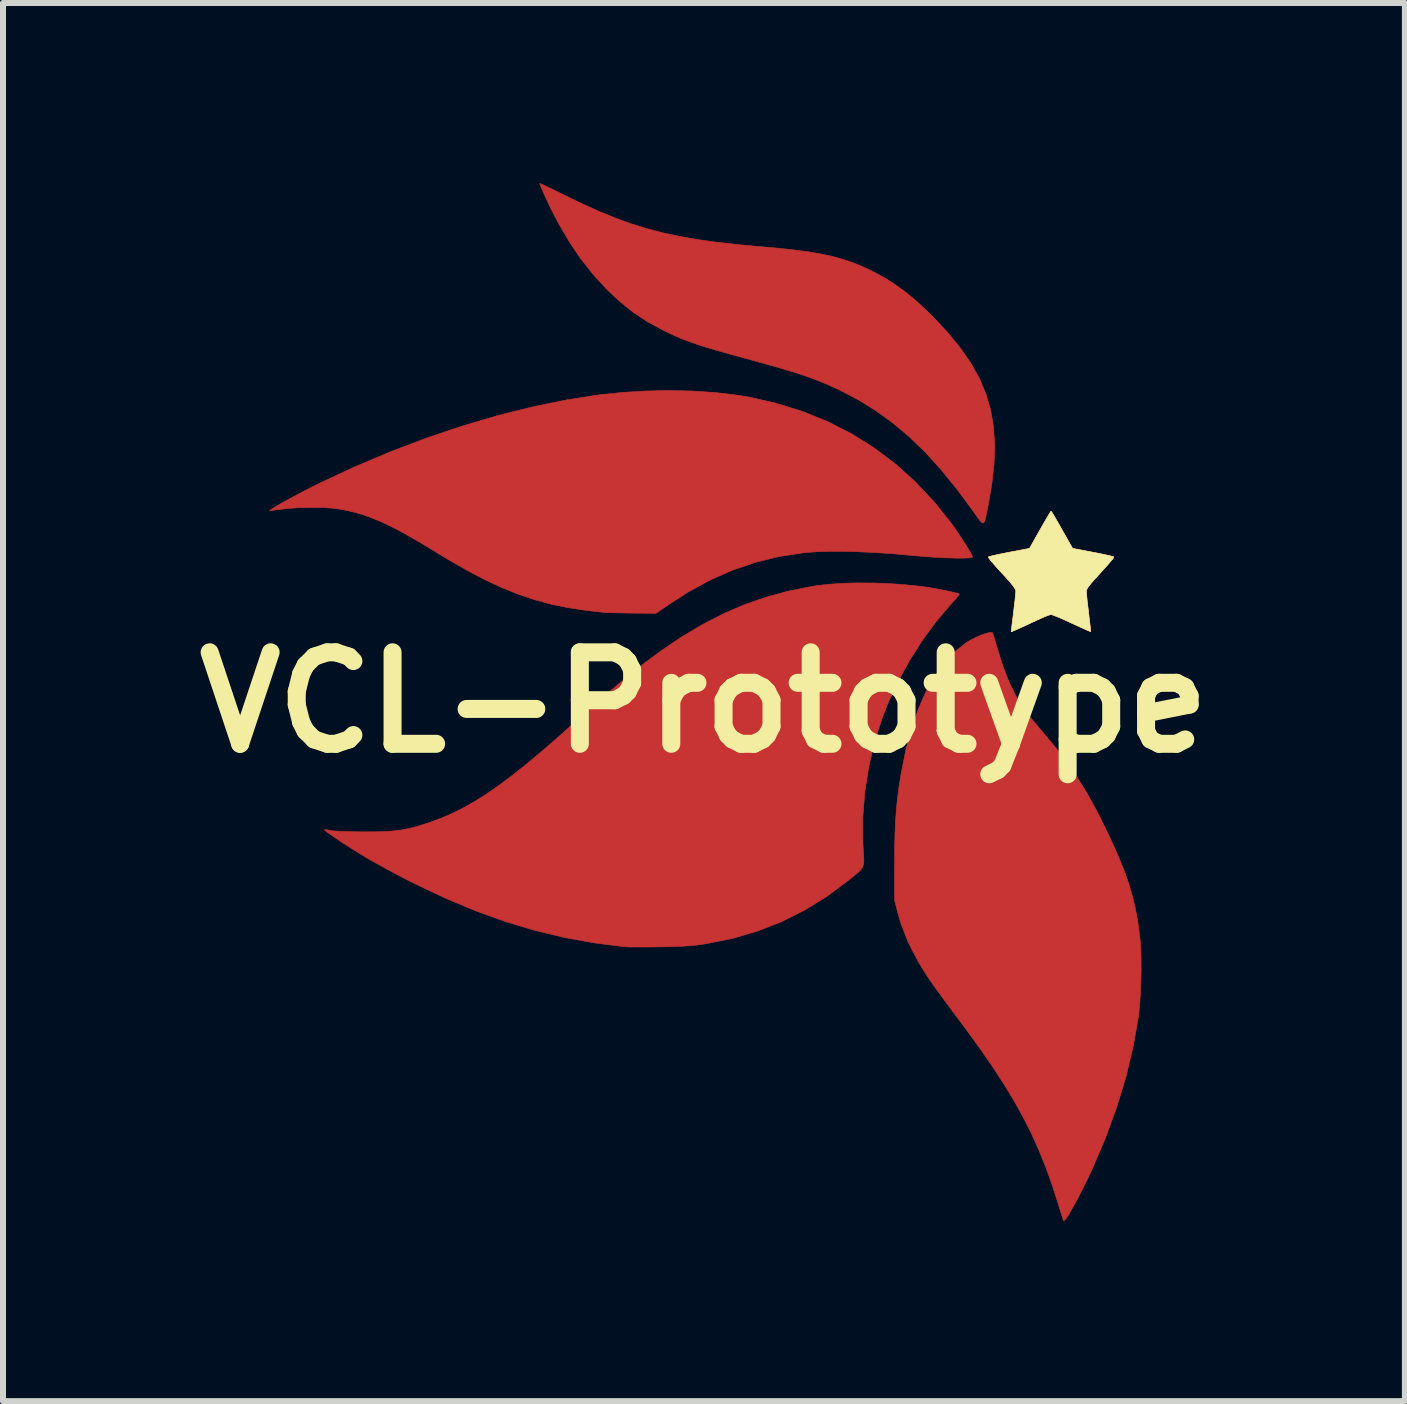
<source format=kicad_pcb>
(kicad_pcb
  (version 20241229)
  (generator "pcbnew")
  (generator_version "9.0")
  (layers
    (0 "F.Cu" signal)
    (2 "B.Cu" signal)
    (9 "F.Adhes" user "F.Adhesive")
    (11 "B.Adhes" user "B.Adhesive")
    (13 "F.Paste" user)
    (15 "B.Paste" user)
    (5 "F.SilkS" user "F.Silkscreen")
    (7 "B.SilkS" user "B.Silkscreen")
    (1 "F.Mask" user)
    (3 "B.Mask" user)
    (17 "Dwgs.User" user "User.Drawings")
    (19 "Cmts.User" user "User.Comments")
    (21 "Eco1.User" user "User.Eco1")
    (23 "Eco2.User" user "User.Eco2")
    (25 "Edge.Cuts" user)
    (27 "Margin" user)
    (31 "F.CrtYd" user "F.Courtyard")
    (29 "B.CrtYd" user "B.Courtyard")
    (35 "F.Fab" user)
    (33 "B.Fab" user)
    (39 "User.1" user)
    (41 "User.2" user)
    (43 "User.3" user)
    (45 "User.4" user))
  (footprint "VCL-Prototype"
    (layer "F.Cu")
    (at 8.68 8.654)
    (property "Reference" "VCL-Prototype" (at 0 0 0) (layer "F.SilkS") (effects (font (size 1.524 1.524) (thickness 0.3))))
    (attr through_hole)
    (fp_poly (pts (xy 5.796 -3.169) (xy 5.824 -3.124) (xy 5.864 -3.055) (xy 5.914 -2.969) (xy 5.967 -2.875) (xy 6.142 -2.566) (xy 6.48 -2.502) (xy 6.59 -2.481) (xy 6.687 -2.46) (xy 6.763 -2.443) (xy 6.812 -2.43) (xy 6.829 -2.423) (xy 6.819 -2.404) (xy 6.787 -2.362) (xy 6.735 -2.302) (xy 6.669 -2.228) (xy 6.604 -2.156) (xy 6.51 -2.054) (xy 6.442 -1.975) (xy 6.398 -1.917) (xy 6.375 -1.877) (xy 6.37 -1.856) (xy 6.372 -1.821) (xy 6.379 -1.754) (xy 6.388 -1.664) (xy 6.401 -1.56) (xy 6.408 -1.496) (xy 6.421 -1.39) (xy 6.431 -1.3) (xy 6.439 -1.231) (xy 6.442 -1.189) (xy 6.442 -1.18) (xy 6.424 -1.187) (xy 6.376 -1.207) (xy 6.305 -1.239) (xy 6.215 -1.28) (xy 6.127 -1.321) (xy 6.023 -1.368) (xy 5.931 -1.409) (xy 5.855 -1.44) (xy 5.803 -1.46) (xy 5.782 -1.465) (xy 5.753 -1.457) (xy 5.696 -1.436) (xy 5.621 -1.404) (xy 5.537 -1.366) (xy 5.406 -1.305) (xy 5.296 -1.254) (xy 5.21 -1.215) (xy 5.15 -1.189) (xy 5.122 -1.178) (xy 5.119 -1.178) (xy 5.122 -1.198) (xy 5.128 -1.25) (xy 5.137 -1.327) (xy 5.149 -1.424) (xy 5.158 -1.495) (xy 5.171 -1.605) (xy 5.183 -1.704) (xy 5.191 -1.785) (xy 5.196 -1.84) (xy 5.197 -1.856) (xy 5.188 -1.885) (xy 5.16 -1.93) (xy 5.111 -1.992) (xy 5.037 -2.076) (xy 4.963 -2.156) (xy 4.888 -2.238) (xy 4.824 -2.311) (xy 4.775 -2.369) (xy 4.745 -2.408) (xy 4.738 -2.423) (xy 4.76 -2.431) (xy 4.813 -2.445) (xy 4.892 -2.463) (xy 4.991 -2.483) (xy 5.086 -2.502) (xy 5.425 -2.566) (xy 5.599 -2.875) (xy 5.655 -2.974) (xy 5.705 -3.059) (xy 5.745 -3.127) (xy 5.772 -3.17) (xy 5.783 -3.185) (xy 5.796 -3.169)) (stroke (width 0.01) (type solid)) (fill yes) (layer "F.Cu"))
    (fp_poly (pts (xy -2.719 -8.642) (xy -2.672 -8.62) (xy -2.599 -8.585) (xy -2.505 -8.54) (xy -2.395 -8.486) (xy -2.291 -8.434) (xy -2.004 -8.297) (xy -1.733 -8.175) (xy -1.471 -8.069) (xy -1.215 -7.976) (xy -0.958 -7.896) (xy -0.696 -7.827) (xy -0.422 -7.768) (xy -0.132 -7.716) (xy 0.18 -7.672) (xy 0.519 -7.633) (xy 0.89 -7.598) (xy 0.977 -7.591) (xy 1.271 -7.565) (xy 1.53 -7.536) (xy 1.76 -7.505) (xy 1.965 -7.469) (xy 2.151 -7.428) (xy 2.322 -7.381) (xy 2.483 -7.327) (xy 2.638 -7.263) (xy 2.793 -7.191) (xy 2.804 -7.185) (xy 3.005 -7.077) (xy 3.192 -6.959) (xy 3.374 -6.825) (xy 3.558 -6.67) (xy 3.752 -6.488) (xy 3.801 -6.439) (xy 4.051 -6.175) (xy 4.264 -5.916) (xy 4.443 -5.66) (xy 4.587 -5.402) (xy 4.698 -5.14) (xy 4.777 -4.869) (xy 4.825 -4.586) (xy 4.844 -4.288) (xy 4.833 -3.971) (xy 4.795 -3.631) (xy 4.738 -3.302) (xy 4.712 -3.17) (xy 4.693 -3.075) (xy 4.675 -3.015) (xy 4.656 -2.989) (xy 4.631 -2.995) (xy 4.595 -3.033) (xy 4.546 -3.101) (xy 4.478 -3.198) (xy 4.465 -3.216) (xy 4.202 -3.57) (xy 3.943 -3.888) (xy 3.683 -4.173) (xy 3.42 -4.427) (xy 3.15 -4.654) (xy 2.872 -4.856) (xy 2.581 -5.037) (xy 2.276 -5.197) (xy 2.151 -5.256) (xy 2.028 -5.31) (xy 1.903 -5.361) (xy 1.771 -5.411) (xy 1.628 -5.461) (xy 1.468 -5.512) (xy 1.287 -5.566) (xy 1.081 -5.625) (xy 0.844 -5.691) (xy 0.684 -5.735) (xy 0.449 -5.799) (xy 0.246 -5.856) (xy 0.072 -5.907) (xy -0.08 -5.955) (xy -0.214 -6.001) (xy -0.335 -6.046) (xy -0.449 -6.093) (xy -0.56 -6.143) (xy -0.674 -6.198) (xy -0.689 -6.206) (xy -0.946 -6.346) (xy -1.179 -6.501) (xy -1.4 -6.677) (xy -1.618 -6.883) (xy -1.625 -6.89) (xy -1.849 -7.135) (xy -2.055 -7.395) (xy -2.246 -7.679) (xy -2.428 -7.991) (xy -2.531 -8.188) (xy -2.573 -8.273) (xy -2.616 -8.365) (xy -2.657 -8.455) (xy -2.692 -8.536) (xy -2.719 -8.6) (xy -2.734 -8.64) (xy -2.735 -8.649) (xy -2.719 -8.642)) (stroke (width 0.01) (type solid)) (fill yes) (layer "F.Cu"))
    (fp_poly (pts (xy -0.18 -5.188) (xy 0.19 -5.163) (xy 0.538 -5.122) (xy 0.741 -5.089) (xy 1.202 -4.985) (xy 1.643 -4.848) (xy 2.061 -4.679) (xy 2.459 -4.476) (xy 2.835 -4.241) (xy 3.191 -3.973) (xy 3.525 -3.672) (xy 3.838 -3.339) (xy 4.119 -2.987) (xy 4.181 -2.901) (xy 4.245 -2.807) (xy 4.308 -2.711) (xy 4.367 -2.619) (xy 4.416 -2.538) (xy 4.452 -2.474) (xy 4.472 -2.433) (xy 4.474 -2.423) (xy 4.456 -2.413) (xy 4.402 -2.407) (xy 4.319 -2.404) (xy 4.21 -2.404) (xy 4.079 -2.408) (xy 3.931 -2.414) (xy 3.771 -2.424) (xy 3.602 -2.437) (xy 3.43 -2.452) (xy 3.409 -2.454) (xy 3.126 -2.479) (xy 2.846 -2.497) (xy 2.574 -2.51) (xy 2.317 -2.517) (xy 2.08 -2.517) (xy 1.869 -2.51) (xy 1.689 -2.497) (xy 1.654 -2.493) (xy 1.247 -2.43) (xy 0.856 -2.334) (xy 0.477 -2.205) (xy 0.107 -2.042) (xy -0.259 -1.842) (xy -0.59 -1.629) (xy -0.799 -1.485) (xy -1.176 -1.488) (xy -1.3 -1.49) (xy -1.417 -1.492) (xy -1.518 -1.494) (xy -1.596 -1.496) (xy -1.641 -1.498) (xy -1.695 -1.503) (xy -1.777 -1.512) (xy -1.875 -1.523) (xy -1.973 -1.535) (xy -2.262 -1.578) (xy -2.54 -1.635) (xy -2.812 -1.708) (xy -3.083 -1.798) (xy -3.357 -1.908) (xy -3.64 -2.04) (xy -3.937 -2.195) (xy -4.253 -2.376) (xy -4.474 -2.51) (xy -4.726 -2.663) (xy -4.952 -2.793) (xy -5.156 -2.903) (xy -5.343 -2.994) (xy -5.518 -3.068) (xy -5.684 -3.128) (xy -5.846 -3.175) (xy -6.009 -3.211) (xy -6.042 -3.217) (xy -6.19 -3.237) (xy -6.365 -3.248) (xy -6.557 -3.25) (xy -6.755 -3.245) (xy -6.947 -3.231) (xy -7.124 -3.21) (xy -7.229 -3.192) (xy -7.237 -3.195) (xy -7.214 -3.214) (xy -7.164 -3.246) (xy -7.091 -3.289) (xy -6.999 -3.342) (xy -6.892 -3.4) (xy -6.775 -3.463) (xy -6.65 -3.528) (xy -6.522 -3.594) (xy -6.399 -3.655) (xy -5.811 -3.929) (xy -5.217 -4.179) (xy -4.62 -4.406) (xy -4.024 -4.606) (xy -3.434 -4.78) (xy -2.854 -4.925) (xy -2.288 -5.041) (xy -1.74 -5.126) (xy -1.729 -5.127) (xy -1.348 -5.166) (xy -0.957 -5.189) (xy -0.566 -5.197) (xy -0.18 -5.188)) (stroke (width 0.01) (type solid)) (fill yes) (layer "F.Cu"))
    (fp_poly (pts (xy 4.805 -1.16) (xy 4.816 -1.136) (xy 4.834 -1.081) (xy 4.857 -1.005) (xy 4.883 -0.914) (xy 4.885 -0.909) (xy 4.981 -0.6) (xy 5.089 -0.326) (xy 5.209 -0.085) (xy 5.342 0.125) (xy 5.342 0.125) (xy 5.385 0.181) (xy 5.447 0.259) (xy 5.521 0.349) (xy 5.601 0.445) (xy 5.647 0.498) (xy 5.861 0.755) (xy 6.049 1.001) (xy 6.218 1.247) (xy 6.376 1.502) (xy 6.528 1.776) (xy 6.653 2.022) (xy 6.786 2.3) (xy 6.899 2.553) (xy 6.994 2.785) (xy 7.072 3.004) (xy 7.135 3.215) (xy 7.186 3.426) (xy 7.226 3.641) (xy 7.257 3.867) (xy 7.269 3.976) (xy 7.279 4.107) (xy 7.283 4.266) (xy 7.284 4.444) (xy 7.281 4.632) (xy 7.273 4.819) (xy 7.263 4.996) (xy 7.249 5.152) (xy 7.24 5.227) (xy 7.154 5.721) (xy 7.034 6.226) (xy 6.879 6.738) (xy 6.692 7.251) (xy 6.474 7.763) (xy 6.38 7.962) (xy 6.307 8.11) (xy 6.237 8.247) (xy 6.171 8.369) (xy 6.113 8.473) (xy 6.064 8.554) (xy 6.025 8.61) (xy 6 8.637) (xy 5.991 8.635) (xy 5.982 8.608) (xy 5.963 8.55) (xy 5.938 8.468) (xy 5.908 8.371) (xy 5.89 8.314) (xy 5.792 8.011) (xy 5.688 7.725) (xy 5.577 7.45) (xy 5.456 7.183) (xy 5.322 6.917) (xy 5.174 6.65) (xy 5.008 6.376) (xy 4.823 6.09) (xy 4.615 5.789) (xy 4.382 5.467) (xy 4.274 5.322) (xy 4.141 5.144) (xy 4.028 4.992) (xy 3.934 4.863) (xy 3.854 4.754) (xy 3.787 4.658) (xy 3.73 4.574) (xy 3.679 4.496) (xy 3.631 4.42) (xy 3.585 4.343) (xy 3.558 4.296) (xy 3.401 3.991) (xy 3.28 3.677) (xy 3.23 3.505) (xy 3.175 3.292) (xy 3.176 2.657) (xy 3.178 2.403) (xy 3.183 2.18) (xy 3.192 1.98) (xy 3.205 1.796) (xy 3.222 1.618) (xy 3.245 1.44) (xy 3.274 1.254) (xy 3.283 1.197) (xy 3.361 0.806) (xy 3.456 0.448) (xy 3.567 0.122) (xy 3.695 -0.17) (xy 3.839 -0.428) (xy 4 -0.652) (xy 4.176 -0.84) (xy 4.367 -0.994) (xy 4.373 -0.998) (xy 4.449 -1.043) (xy 4.533 -1.085) (xy 4.618 -1.122) (xy 4.696 -1.149) (xy 4.758 -1.164) (xy 4.798 -1.164) (xy 4.805 -1.16)) (stroke (width 0.01) (type solid)) (fill yes) (layer "F.Cu"))
    (fp_poly (pts (xy 2.812 -1.989) (xy 3.078 -1.98) (xy 3.339 -1.962) (xy 3.588 -1.936) (xy 3.693 -1.923) (xy 3.778 -1.909) (xy 3.875 -1.892) (xy 3.975 -1.873) (xy 4.071 -1.853) (xy 4.155 -1.835) (xy 4.218 -1.819) (xy 4.253 -1.808) (xy 4.257 -1.806) (xy 4.247 -1.79) (xy 4.216 -1.751) (xy 4.167 -1.695) (xy 4.106 -1.628) (xy 4.1 -1.621) (xy 3.862 -1.34) (xy 3.634 -1.028) (xy 3.423 -0.694) (xy 3.232 -0.346) (xy 3.068 0.006) (xy 2.972 0.249) (xy 2.844 0.65) (xy 2.747 1.065) (xy 2.68 1.487) (xy 2.647 1.908) (xy 2.647 2.321) (xy 2.652 2.413) (xy 2.659 2.53) (xy 2.664 2.617) (xy 2.661 2.683) (xy 2.647 2.735) (xy 2.62 2.78) (xy 2.575 2.827) (xy 2.509 2.883) (xy 2.418 2.956) (xy 2.393 2.975) (xy 2.04 3.237) (xy 1.673 3.463) (xy 1.292 3.654) (xy 0.893 3.81) (xy 0.476 3.932) (xy 0.039 4.02) (xy -0.008 4.028) (xy -0.119 4.043) (xy -0.236 4.054) (xy -0.368 4.063) (xy -0.522 4.069) (xy -0.705 4.073) (xy -0.752 4.073) (xy -0.891 4.075) (xy -1.021 4.075) (xy -1.136 4.075) (xy -1.229 4.075) (xy -1.294 4.073) (xy -1.319 4.072) (xy -1.829 4.007) (xy -2.329 3.916) (xy -2.821 3.798) (xy -3.312 3.651) (xy -3.804 3.473) (xy -4.304 3.264) (xy -4.816 3.022) (xy -4.97 2.944) (xy -5.106 2.873) (xy -5.251 2.795) (xy -5.394 2.717) (xy -5.524 2.645) (xy -5.631 2.583) (xy -5.637 2.579) (xy -5.733 2.521) (xy -5.836 2.457) (xy -5.941 2.39) (xy -6.042 2.324) (xy -6.136 2.261) (xy -6.216 2.206) (xy -6.278 2.162) (xy -6.316 2.132) (xy -6.327 2.119) (xy -6.306 2.12) (xy -6.259 2.127) (xy -6.223 2.135) (xy -6.176 2.141) (xy -6.096 2.146) (xy -5.991 2.151) (xy -5.868 2.154) (xy -5.734 2.156) (xy -5.656 2.157) (xy -5.466 2.156) (xy -5.306 2.151) (xy -5.168 2.142) (xy -5.043 2.126) (xy -4.922 2.103) (xy -4.797 2.071) (xy -4.66 2.029) (xy -4.572 2) (xy -4.385 1.932) (xy -4.199 1.852) (xy -4.01 1.758) (xy -3.818 1.649) (xy -3.617 1.522) (xy -3.407 1.376) (xy -3.185 1.209) (xy -2.946 1.019) (xy -2.69 0.805) (xy -2.413 0.564) (xy -2.198 0.371) (xy -2.019 0.211) (xy -1.839 0.052) (xy -1.663 -0.102) (xy -1.496 -0.245) (xy -1.343 -0.375) (xy -1.208 -0.486) (xy -1.097 -0.575) (xy -1.092 -0.579) (xy -0.725 -0.853) (xy -0.369 -1.093) (xy -0.02 -1.301) (xy 0.327 -1.479) (xy 0.676 -1.629) (xy 1.031 -1.752) (xy 1.396 -1.852) (xy 1.776 -1.928) (xy 1.876 -1.945) (xy 2.074 -1.968) (xy 2.301 -1.984) (xy 2.55 -1.991) (xy 2.812 -1.989)) (stroke (width 0.01) (type solid)) (fill yes) (layer "F.Cu"))
    (fp_poly (pts (xy -2.719 -8.642) (xy -2.672 -8.62) (xy -2.599 -8.585) (xy -2.505 -8.54) (xy -2.395 -8.486) (xy -2.291 -8.434) (xy -2.004 -8.297) (xy -1.733 -8.175) (xy -1.471 -8.069) (xy -1.215 -7.976) (xy -0.958 -7.896) (xy -0.696 -7.827) (xy -0.422 -7.768) (xy -0.132 -7.716) (xy 0.18 -7.672) (xy 0.519 -7.633) (xy 0.89 -7.598) (xy 0.977 -7.591) (xy 1.271 -7.565) (xy 1.53 -7.536) (xy 1.76 -7.505) (xy 1.965 -7.469) (xy 2.151 -7.428) (xy 2.322 -7.381) (xy 2.483 -7.327) (xy 2.638 -7.263) (xy 2.793 -7.191) (xy 2.804 -7.185) (xy 3.005 -7.077) (xy 3.192 -6.959) (xy 3.374 -6.825) (xy 3.558 -6.67) (xy 3.752 -6.488) (xy 3.801 -6.439) (xy 4.051 -6.175) (xy 4.264 -5.916) (xy 4.443 -5.66) (xy 4.587 -5.402) (xy 4.698 -5.14) (xy 4.777 -4.869) (xy 4.825 -4.586) (xy 4.844 -4.288) (xy 4.833 -3.971) (xy 4.795 -3.631) (xy 4.738 -3.302) (xy 4.712 -3.17) (xy 4.693 -3.075) (xy 4.675 -3.015) (xy 4.656 -2.989) (xy 4.631 -2.995) (xy 4.595 -3.033) (xy 4.546 -3.101) (xy 4.478 -3.198) (xy 4.465 -3.216) (xy 4.202 -3.57) (xy 3.943 -3.888) (xy 3.683 -4.173) (xy 3.42 -4.427) (xy 3.15 -4.654) (xy 2.872 -4.856) (xy 2.581 -5.037) (xy 2.276 -5.197) (xy 2.151 -5.256) (xy 2.028 -5.31) (xy 1.903 -5.361) (xy 1.771 -5.411) (xy 1.628 -5.461) (xy 1.468 -5.512) (xy 1.287 -5.566) (xy 1.081 -5.625) (xy 0.844 -5.691) (xy 0.684 -5.735) (xy 0.449 -5.799) (xy 0.246 -5.856) (xy 0.072 -5.907) (xy -0.08 -5.955) (xy -0.214 -6.001) (xy -0.335 -6.046) (xy -0.449 -6.093) (xy -0.56 -6.143) (xy -0.674 -6.198) (xy -0.689 -6.206) (xy -0.946 -6.346) (xy -1.179 -6.501) (xy -1.4 -6.677) (xy -1.618 -6.883) (xy -1.625 -6.89) (xy -1.849 -7.135) (xy -2.055 -7.395) (xy -2.246 -7.679) (xy -2.428 -7.991) (xy -2.531 -8.188) (xy -2.573 -8.273) (xy -2.616 -8.365) (xy -2.657 -8.455) (xy -2.692 -8.536) (xy -2.719 -8.6) (xy -2.734 -8.64) (xy -2.735 -8.649) (xy -2.719 -8.642)) (stroke (width 0.01) (type solid)) (fill yes) (layer "F.Mask"))
    (fp_poly (pts (xy -0.18 -5.188) (xy 0.19 -5.163) (xy 0.538 -5.122) (xy 0.741 -5.089) (xy 1.202 -4.985) (xy 1.643 -4.848) (xy 2.061 -4.679) (xy 2.459 -4.476) (xy 2.835 -4.241) (xy 3.191 -3.973) (xy 3.525 -3.672) (xy 3.838 -3.339) (xy 4.119 -2.987) (xy 4.181 -2.901) (xy 4.245 -2.807) (xy 4.308 -2.711) (xy 4.367 -2.619) (xy 4.416 -2.538) (xy 4.452 -2.474) (xy 4.472 -2.433) (xy 4.474 -2.423) (xy 4.456 -2.413) (xy 4.402 -2.407) (xy 4.319 -2.404) (xy 4.21 -2.404) (xy 4.079 -2.408) (xy 3.931 -2.414) (xy 3.771 -2.424) (xy 3.602 -2.437) (xy 3.43 -2.452) (xy 3.409 -2.454) (xy 3.126 -2.479) (xy 2.846 -2.497) (xy 2.574 -2.51) (xy 2.317 -2.517) (xy 2.08 -2.517) (xy 1.869 -2.51) (xy 1.689 -2.497) (xy 1.654 -2.493) (xy 1.247 -2.43) (xy 0.856 -2.334) (xy 0.477 -2.205) (xy 0.107 -2.042) (xy -0.259 -1.842) (xy -0.59 -1.629) (xy -0.799 -1.485) (xy -1.176 -1.488) (xy -1.3 -1.49) (xy -1.417 -1.492) (xy -1.518 -1.494) (xy -1.596 -1.496) (xy -1.641 -1.498) (xy -1.695 -1.503) (xy -1.777 -1.512) (xy -1.875 -1.523) (xy -1.973 -1.535) (xy -2.262 -1.578) (xy -2.54 -1.635) (xy -2.812 -1.708) (xy -3.083 -1.798) (xy -3.357 -1.908) (xy -3.64 -2.04) (xy -3.937 -2.195) (xy -4.253 -2.376) (xy -4.474 -2.51) (xy -4.726 -2.663) (xy -4.952 -2.793) (xy -5.156 -2.903) (xy -5.343 -2.994) (xy -5.518 -3.068) (xy -5.684 -3.128) (xy -5.846 -3.175) (xy -6.009 -3.211) (xy -6.042 -3.217) (xy -6.19 -3.237) (xy -6.365 -3.248) (xy -6.557 -3.25) (xy -6.755 -3.245) (xy -6.947 -3.231) (xy -7.124 -3.21) (xy -7.229 -3.192) (xy -7.237 -3.195) (xy -7.214 -3.214) (xy -7.164 -3.246) (xy -7.091 -3.289) (xy -6.999 -3.342) (xy -6.892 -3.4) (xy -6.775 -3.463) (xy -6.65 -3.528) (xy -6.522 -3.594) (xy -6.399 -3.655) (xy -5.811 -3.929) (xy -5.217 -4.179) (xy -4.62 -4.406) (xy -4.024 -4.606) (xy -3.434 -4.78) (xy -2.854 -4.925) (xy -2.288 -5.041) (xy -1.74 -5.126) (xy -1.729 -5.127) (xy -1.348 -5.166) (xy -0.957 -5.189) (xy -0.566 -5.197) (xy -0.18 -5.188)) (stroke (width 0.01) (type solid)) (fill yes) (layer "F.Mask"))
    (fp_poly (pts (xy 4.805 -1.16) (xy 4.816 -1.136) (xy 4.834 -1.081) (xy 4.857 -1.005) (xy 4.883 -0.914) (xy 4.885 -0.909) (xy 4.981 -0.6) (xy 5.089 -0.326) (xy 5.209 -0.085) (xy 5.342 0.125) (xy 5.342 0.125) (xy 5.385 0.181) (xy 5.447 0.259) (xy 5.521 0.349) (xy 5.601 0.445) (xy 5.647 0.498) (xy 5.861 0.755) (xy 6.049 1.001) (xy 6.218 1.247) (xy 6.376 1.502) (xy 6.528 1.776) (xy 6.653 2.022) (xy 6.786 2.3) (xy 6.899 2.553) (xy 6.994 2.785) (xy 7.072 3.004) (xy 7.135 3.215) (xy 7.186 3.426) (xy 7.226 3.641) (xy 7.257 3.867) (xy 7.269 3.976) (xy 7.279 4.107) (xy 7.283 4.266) (xy 7.284 4.444) (xy 7.281 4.632) (xy 7.273 4.819) (xy 7.263 4.996) (xy 7.249 5.152) (xy 7.24 5.227) (xy 7.154 5.721) (xy 7.034 6.226) (xy 6.879 6.738) (xy 6.692 7.251) (xy 6.474 7.763) (xy 6.38 7.962) (xy 6.307 8.11) (xy 6.237 8.247) (xy 6.171 8.369) (xy 6.113 8.473) (xy 6.064 8.554) (xy 6.025 8.61) (xy 6 8.637) (xy 5.991 8.635) (xy 5.982 8.608) (xy 5.963 8.55) (xy 5.938 8.468) (xy 5.908 8.371) (xy 5.89 8.314) (xy 5.792 8.011) (xy 5.688 7.725) (xy 5.577 7.45) (xy 5.456 7.183) (xy 5.322 6.917) (xy 5.174 6.65) (xy 5.008 6.376) (xy 4.823 6.09) (xy 4.615 5.789) (xy 4.382 5.467) (xy 4.274 5.322) (xy 4.141 5.144) (xy 4.028 4.992) (xy 3.934 4.863) (xy 3.854 4.754) (xy 3.787 4.658) (xy 3.73 4.574) (xy 3.679 4.496) (xy 3.631 4.42) (xy 3.585 4.343) (xy 3.558 4.296) (xy 3.401 3.991) (xy 3.28 3.677) (xy 3.23 3.505) (xy 3.175 3.292) (xy 3.176 2.657) (xy 3.178 2.403) (xy 3.183 2.18) (xy 3.192 1.98) (xy 3.205 1.796) (xy 3.222 1.618) (xy 3.245 1.44) (xy 3.274 1.254) (xy 3.283 1.197) (xy 3.361 0.806) (xy 3.456 0.448) (xy 3.567 0.122) (xy 3.695 -0.17) (xy 3.839 -0.428) (xy 4 -0.652) (xy 4.176 -0.84) (xy 4.367 -0.994) (xy 4.373 -0.998) (xy 4.449 -1.043) (xy 4.533 -1.085) (xy 4.618 -1.122) (xy 4.696 -1.149) (xy 4.758 -1.164) (xy 4.798 -1.164) (xy 4.805 -1.16)) (stroke (width 0.01) (type solid)) (fill yes) (layer "F.Mask"))
    (fp_poly (pts (xy 2.812 -1.989) (xy 3.078 -1.98) (xy 3.339 -1.962) (xy 3.588 -1.936) (xy 3.693 -1.923) (xy 3.778 -1.909) (xy 3.875 -1.892) (xy 3.975 -1.873) (xy 4.071 -1.853) (xy 4.155 -1.835) (xy 4.218 -1.819) (xy 4.253 -1.808) (xy 4.257 -1.806) (xy 4.247 -1.79) (xy 4.216 -1.751) (xy 4.167 -1.695) (xy 4.106 -1.628) (xy 4.1 -1.621) (xy 3.862 -1.34) (xy 3.634 -1.028) (xy 3.423 -0.694) (xy 3.232 -0.346) (xy 3.068 0.006) (xy 2.972 0.249) (xy 2.844 0.65) (xy 2.747 1.065) (xy 2.68 1.487) (xy 2.647 1.908) (xy 2.647 2.321) (xy 2.652 2.413) (xy 2.659 2.53) (xy 2.664 2.617) (xy 2.661 2.683) (xy 2.647 2.735) (xy 2.62 2.78) (xy 2.575 2.827) (xy 2.509 2.883) (xy 2.418 2.956) (xy 2.393 2.975) (xy 2.04 3.237) (xy 1.673 3.463) (xy 1.292 3.654) (xy 0.893 3.81) (xy 0.476 3.932) (xy 0.039 4.02) (xy -0.008 4.028) (xy -0.119 4.043) (xy -0.236 4.054) (xy -0.368 4.063) (xy -0.522 4.069) (xy -0.705 4.073) (xy -0.752 4.073) (xy -0.891 4.075) (xy -1.021 4.075) (xy -1.136 4.075) (xy -1.229 4.075) (xy -1.294 4.073) (xy -1.319 4.072) (xy -1.829 4.007) (xy -2.329 3.916) (xy -2.821 3.798) (xy -3.312 3.651) (xy -3.804 3.473) (xy -4.304 3.264) (xy -4.816 3.022) (xy -4.97 2.944) (xy -5.106 2.873) (xy -5.251 2.795) (xy -5.394 2.717) (xy -5.524 2.645) (xy -5.631 2.583) (xy -5.637 2.579) (xy -5.733 2.521) (xy -5.836 2.457) (xy -5.941 2.39) (xy -6.042 2.324) (xy -6.136 2.261) (xy -6.216 2.206) (xy -6.278 2.162) (xy -6.316 2.132) (xy -6.327 2.119) (xy -6.306 2.12) (xy -6.259 2.127) (xy -6.223 2.135) (xy -6.176 2.141) (xy -6.096 2.146) (xy -5.991 2.151) (xy -5.868 2.154) (xy -5.734 2.156) (xy -5.656 2.157) (xy -5.466 2.156) (xy -5.306 2.151) (xy -5.168 2.142) (xy -5.043 2.126) (xy -4.922 2.103) (xy -4.797 2.071) (xy -4.66 2.029) (xy -4.572 2) (xy -4.385 1.932) (xy -4.199 1.852) (xy -4.01 1.758) (xy -3.818 1.649) (xy -3.617 1.522) (xy -3.407 1.376) (xy -3.185 1.209) (xy -2.946 1.019) (xy -2.69 0.805) (xy -2.413 0.564) (xy -2.198 0.371) (xy -2.019 0.211) (xy -1.839 0.052) (xy -1.663 -0.102) (xy -1.496 -0.245) (xy -1.343 -0.375) (xy -1.208 -0.486) (xy -1.097 -0.575) (xy -1.092 -0.579) (xy -0.725 -0.853) (xy -0.369 -1.093) (xy -0.02 -1.301) (xy 0.327 -1.479) (xy 0.676 -1.629) (xy 1.031 -1.752) (xy 1.396 -1.852) (xy 1.776 -1.928) (xy 1.876 -1.945) (xy 2.074 -1.968) (xy 2.301 -1.984) (xy 2.55 -1.991) (xy 2.812 -1.989)) (stroke (width 0.01) (type solid)) (fill yes) (layer "F.Mask"))
    (fp_poly (pts (xy 5.796 -3.169) (xy 5.824 -3.124) (xy 5.864 -3.055) (xy 5.914 -2.969) (xy 5.967 -2.875) (xy 6.142 -2.566) (xy 6.48 -2.502) (xy 6.59 -2.481) (xy 6.687 -2.46) (xy 6.763 -2.443) (xy 6.812 -2.43) (xy 6.829 -2.423) (xy 6.819 -2.404) (xy 6.787 -2.362) (xy 6.735 -2.302) (xy 6.669 -2.228) (xy 6.604 -2.156) (xy 6.51 -2.054) (xy 6.442 -1.975) (xy 6.398 -1.917) (xy 6.375 -1.877) (xy 6.37 -1.856) (xy 6.372 -1.821) (xy 6.379 -1.754) (xy 6.388 -1.664) (xy 6.401 -1.56) (xy 6.408 -1.496) (xy 6.421 -1.39) (xy 6.431 -1.3) (xy 6.439 -1.231) (xy 6.442 -1.189) (xy 6.442 -1.18) (xy 6.424 -1.187) (xy 6.376 -1.207) (xy 6.305 -1.239) (xy 6.215 -1.28) (xy 6.127 -1.321) (xy 6.023 -1.368) (xy 5.931 -1.409) (xy 5.855 -1.44) (xy 5.803 -1.46) (xy 5.782 -1.465) (xy 5.753 -1.457) (xy 5.696 -1.436) (xy 5.621 -1.404) (xy 5.537 -1.366) (xy 5.406 -1.305) (xy 5.296 -1.254) (xy 5.21 -1.215) (xy 5.15 -1.189) (xy 5.122 -1.178) (xy 5.119 -1.178) (xy 5.122 -1.198) (xy 5.128 -1.25) (xy 5.137 -1.327) (xy 5.149 -1.424) (xy 5.158 -1.495) (xy 5.171 -1.605) (xy 5.183 -1.704) (xy 5.191 -1.785) (xy 5.196 -1.84) (xy 5.197 -1.856) (xy 5.188 -1.885) (xy 5.16 -1.93) (xy 5.111 -1.992) (xy 5.037 -2.076) (xy 4.963 -2.156) (xy 4.888 -2.238) (xy 4.824 -2.311) (xy 4.775 -2.369) (xy 4.745 -2.408) (xy 4.738 -2.423) (xy 4.76 -2.431) (xy 4.813 -2.445) (xy 4.892 -2.463) (xy 4.991 -2.483) (xy 5.086 -2.502) (xy 5.425 -2.566) (xy 5.599 -2.875) (xy 5.655 -2.974) (xy 5.705 -3.059) (xy 5.745 -3.127) (xy 5.772 -3.17) (xy 5.783 -3.185) (xy 5.796 -3.169)) (stroke (width 0.01) (type solid)) (fill yes) (layer "F.SilkS")))
  (gr_rect
    (start -3 -3)
    (end 20.359 20.296)
    (stroke (width 0.1) (type default))
    (fill no)
    (layer "Edge.Cuts")))
</source>
